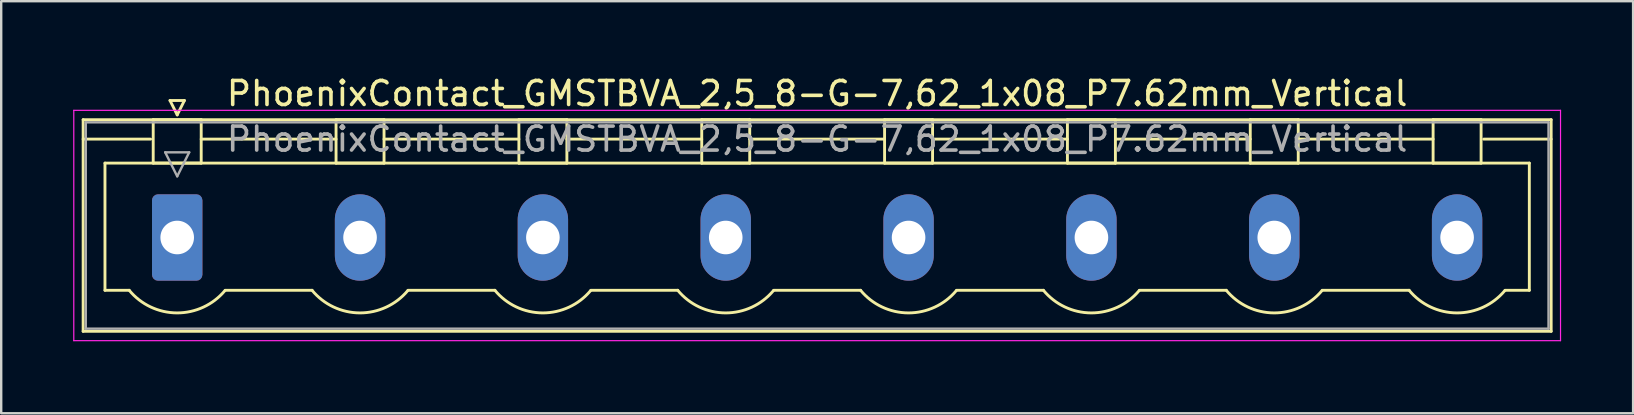
<source format=kicad_pcb>
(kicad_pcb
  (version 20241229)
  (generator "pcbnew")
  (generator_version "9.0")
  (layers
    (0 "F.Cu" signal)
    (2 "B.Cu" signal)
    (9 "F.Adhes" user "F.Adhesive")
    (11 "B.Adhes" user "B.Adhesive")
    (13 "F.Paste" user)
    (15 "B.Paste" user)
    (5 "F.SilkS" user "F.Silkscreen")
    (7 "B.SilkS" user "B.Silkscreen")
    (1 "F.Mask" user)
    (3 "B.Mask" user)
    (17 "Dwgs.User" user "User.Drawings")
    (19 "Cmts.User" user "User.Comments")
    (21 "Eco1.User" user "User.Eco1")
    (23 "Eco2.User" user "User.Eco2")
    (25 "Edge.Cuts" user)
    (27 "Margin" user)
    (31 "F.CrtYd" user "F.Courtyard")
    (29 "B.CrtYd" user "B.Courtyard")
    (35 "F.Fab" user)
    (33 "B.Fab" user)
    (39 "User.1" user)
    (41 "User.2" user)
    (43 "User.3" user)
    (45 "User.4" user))
  (footprint "PhoenixContact_GMSTBVA_2,5_8-G-7,62_1x08_P7.62mm_Vertical"
    (layer "F.Cu")
    (at 4.335 6.848)
    (property "Reference" "PhoenixContact_GMSTBVA_2,5_8-G-7,62_1x08_P7.62mm_Vertical" (at 26.67 -6 0) (layer "F.SilkS") (effects (font (size 1 1) (thickness 0.15))))
    (attr through_hole)
    (fp_line (start -3.92 -4.91) (end -3.92 3.91) (stroke (width 0.12) (type solid)) (layer "F.SilkS"))
    (fp_line (start -3.92 -4.1) (end -1.11 -4.1) (stroke (width 0.12) (type solid)) (layer "F.SilkS"))
    (fp_line (start -3.92 3.91) (end 57.26 3.91) (stroke (width 0.12) (type solid)) (layer "F.SilkS"))
    (fp_line (start -3.01 -3.1) (end 56.35 -3.1) (stroke (width 0.12) (type solid)) (layer "F.SilkS"))
    (fp_line (start -3.01 2.2) (end -3.01 -3.1) (stroke (width 0.12) (type solid)) (layer "F.SilkS"))
    (fp_line (start -2 2.2) (end -3.01 2.2) (stroke (width 0.12) (type solid)) (layer "F.SilkS"))
    (fp_line (start -1 -4.91) (end 1 -4.91) (stroke (width 0.12) (type solid)) (layer "F.SilkS"))
    (fp_line (start -1 -3.1) (end -1 -4.91) (stroke (width 0.12) (type solid)) (layer "F.SilkS"))
    (fp_line (start -0.3 -5.71) (end 0.3 -5.71) (stroke (width 0.12) (type solid)) (layer "F.SilkS"))
    (fp_line (start 0 -5.11) (end -0.3 -5.71) (stroke (width 0.12) (type solid)) (layer "F.SilkS"))
    (fp_line (start 0.3 -5.71) (end 0 -5.11) (stroke (width 0.12) (type solid)) (layer "F.SilkS"))
    (fp_line (start 1 -4.91) (end 1 -3.1) (stroke (width 0.12) (type solid)) (layer "F.SilkS"))
    (fp_line (start 1 -4.1) (end 6.62 -4.1) (stroke (width 0.12) (type solid)) (layer "F.SilkS"))
    (fp_line (start 1 -3.1) (end -1 -3.1) (stroke (width 0.12) (type solid)) (layer "F.SilkS"))
    (fp_line (start 2 2.2) (end 5.62 2.2) (stroke (width 0.12) (type solid)) (layer "F.SilkS"))
    (fp_line (start 6.62 -4.91) (end 8.62 -4.91) (stroke (width 0.12) (type solid)) (layer "F.SilkS"))
    (fp_line (start 6.62 -3.1) (end 6.62 -4.91) (stroke (width 0.12) (type solid)) (layer "F.SilkS"))
    (fp_line (start 8.62 -4.91) (end 8.62 -3.1) (stroke (width 0.12) (type solid)) (layer "F.SilkS"))
    (fp_line (start 8.62 -4.1) (end 14.24 -4.1) (stroke (width 0.12) (type solid)) (layer "F.SilkS"))
    (fp_line (start 8.62 -3.1) (end 6.62 -3.1) (stroke (width 0.12) (type solid)) (layer "F.SilkS"))
    (fp_line (start 9.62 2.2) (end 13.24 2.2) (stroke (width 0.12) (type solid)) (layer "F.SilkS"))
    (fp_line (start 14.24 -4.91) (end 16.24 -4.91) (stroke (width 0.12) (type solid)) (layer "F.SilkS"))
    (fp_line (start 14.24 -3.1) (end 14.24 -4.91) (stroke (width 0.12) (type solid)) (layer "F.SilkS"))
    (fp_line (start 16.24 -4.91) (end 16.24 -3.1) (stroke (width 0.12) (type solid)) (layer "F.SilkS"))
    (fp_line (start 16.24 -4.1) (end 21.86 -4.1) (stroke (width 0.12) (type solid)) (layer "F.SilkS"))
    (fp_line (start 16.24 -3.1) (end 14.24 -3.1) (stroke (width 0.12) (type solid)) (layer "F.SilkS"))
    (fp_line (start 17.24 2.2) (end 20.86 2.2) (stroke (width 0.12) (type solid)) (layer "F.SilkS"))
    (fp_line (start 21.86 -4.91) (end 23.86 -4.91) (stroke (width 0.12) (type solid)) (layer "F.SilkS"))
    (fp_line (start 21.86 -3.1) (end 21.86 -4.91) (stroke (width 0.12) (type solid)) (layer "F.SilkS"))
    (fp_line (start 23.86 -4.91) (end 23.86 -3.1) (stroke (width 0.12) (type solid)) (layer "F.SilkS"))
    (fp_line (start 23.86 -4.1) (end 29.48 -4.1) (stroke (width 0.12) (type solid)) (layer "F.SilkS"))
    (fp_line (start 23.86 -3.1) (end 21.86 -3.1) (stroke (width 0.12) (type solid)) (layer "F.SilkS"))
    (fp_line (start 24.86 2.2) (end 28.48 2.2) (stroke (width 0.12) (type solid)) (layer "F.SilkS"))
    (fp_line (start 29.48 -4.91) (end 31.48 -4.91) (stroke (width 0.12) (type solid)) (layer "F.SilkS"))
    (fp_line (start 29.48 -3.1) (end 29.48 -4.91) (stroke (width 0.12) (type solid)) (layer "F.SilkS"))
    (fp_line (start 31.48 -4.91) (end 31.48 -3.1) (stroke (width 0.12) (type solid)) (layer "F.SilkS"))
    (fp_line (start 31.48 -4.1) (end 37.1 -4.1) (stroke (width 0.12) (type solid)) (layer "F.SilkS"))
    (fp_line (start 31.48 -3.1) (end 29.48 -3.1) (stroke (width 0.12) (type solid)) (layer "F.SilkS"))
    (fp_line (start 32.48 2.2) (end 36.1 2.2) (stroke (width 0.12) (type solid)) (layer "F.SilkS"))
    (fp_line (start 37.1 -4.91) (end 39.1 -4.91) (stroke (width 0.12) (type solid)) (layer "F.SilkS"))
    (fp_line (start 37.1 -3.1) (end 37.1 -4.91) (stroke (width 0.12) (type solid)) (layer "F.SilkS"))
    (fp_line (start 39.1 -4.91) (end 39.1 -3.1) (stroke (width 0.12) (type solid)) (layer "F.SilkS"))
    (fp_line (start 39.1 -4.1) (end 44.72 -4.1) (stroke (width 0.12) (type solid)) (layer "F.SilkS"))
    (fp_line (start 39.1 -3.1) (end 37.1 -3.1) (stroke (width 0.12) (type solid)) (layer "F.SilkS"))
    (fp_line (start 40.1 2.2) (end 43.72 2.2) (stroke (width 0.12) (type solid)) (layer "F.SilkS"))
    (fp_line (start 44.72 -4.91) (end 46.72 -4.91) (stroke (width 0.12) (type solid)) (layer "F.SilkS"))
    (fp_line (start 44.72 -3.1) (end 44.72 -4.91) (stroke (width 0.12) (type solid)) (layer "F.SilkS"))
    (fp_line (start 46.72 -4.91) (end 46.72 -3.1) (stroke (width 0.12) (type solid)) (layer "F.SilkS"))
    (fp_line (start 46.72 -4.1) (end 52.34 -4.1) (stroke (width 0.12) (type solid)) (layer "F.SilkS"))
    (fp_line (start 46.72 -3.1) (end 44.72 -3.1) (stroke (width 0.12) (type solid)) (layer "F.SilkS"))
    (fp_line (start 47.72 2.2) (end 51.34 2.2) (stroke (width 0.12) (type solid)) (layer "F.SilkS"))
    (fp_line (start 52.34 -4.91) (end 54.34 -4.91) (stroke (width 0.12) (type solid)) (layer "F.SilkS"))
    (fp_line (start 52.34 -3.1) (end 52.34 -4.91) (stroke (width 0.12) (type solid)) (layer "F.SilkS"))
    (fp_line (start 54.34 -4.91) (end 54.34 -3.1) (stroke (width 0.12) (type solid)) (layer "F.SilkS"))
    (fp_line (start 54.34 -3.1) (end 52.34 -3.1) (stroke (width 0.12) (type solid)) (layer "F.SilkS"))
    (fp_line (start 56.35 -3.1) (end 56.35 2.2) (stroke (width 0.12) (type solid)) (layer "F.SilkS"))
    (fp_line (start 56.35 2.2) (end 55.34 2.2) (stroke (width 0.12) (type solid)) (layer "F.SilkS"))
    (fp_line (start 57.26 -4.91) (end -3.92 -4.91) (stroke (width 0.12) (type solid)) (layer "F.SilkS"))
    (fp_line (start 57.26 -4.1) (end 54.45 -4.1) (stroke (width 0.12) (type solid)) (layer "F.SilkS"))
    (fp_line (start 57.26 3.91) (end 57.26 -4.91) (stroke (width 0.12) (type solid)) (layer "F.SilkS"))
    (fp_arc (start 1.986842 2.215821) (mid -0.010289 3.142758) (end -2 2.2) (stroke (width 0.12) (type solid)) (layer "F.SilkS"))
    (fp_arc (start 9.606842 2.215821) (mid 7.609711 3.142758) (end 5.62 2.2) (stroke (width 0.12) (type solid)) (layer "F.SilkS"))
    (fp_arc (start 17.226842 2.215821) (mid 15.229711 3.142758) (end 13.24 2.2) (stroke (width 0.12) (type solid)) (layer "F.SilkS"))
    (fp_arc (start 24.846842 2.215821) (mid 22.849711 3.142758) (end 20.86 2.2) (stroke (width 0.12) (type solid)) (layer "F.SilkS"))
    (fp_arc (start 32.466842 2.215821) (mid 30.469711 3.142758) (end 28.48 2.2) (stroke (width 0.12) (type solid)) (layer "F.SilkS"))
    (fp_arc (start 40.086842 2.215821) (mid 38.089711 3.142758) (end 36.1 2.2) (stroke (width 0.12) (type solid)) (layer "F.SilkS"))
    (fp_arc (start 47.706842 2.215821) (mid 45.709711 3.142758) (end 43.72 2.2) (stroke (width 0.12) (type solid)) (layer "F.SilkS"))
    (fp_arc (start 55.326842 2.215821) (mid 53.329711 3.142758) (end 51.34 2.2) (stroke (width 0.12) (type solid)) (layer "F.SilkS"))
    (fp_line (start -4.31 -5.3) (end -4.31 4.3) (stroke (width 0.05) (type solid)) (layer "F.CrtYd"))
    (fp_line (start -4.31 4.3) (end 57.65 4.3) (stroke (width 0.05) (type solid)) (layer "F.CrtYd"))
    (fp_line (start 57.65 -5.3) (end -4.31 -5.3) (stroke (width 0.05) (type solid)) (layer "F.CrtYd"))
    (fp_line (start 57.65 4.3) (end 57.65 -5.3) (stroke (width 0.05) (type solid)) (layer "F.CrtYd"))
    (fp_line (start -3.81 -4.8) (end -3.81 3.8) (stroke (width 0.1) (type solid)) (layer "F.Fab"))
    (fp_line (start -3.81 3.8) (end 57.15 3.8) (stroke (width 0.1) (type solid)) (layer "F.Fab"))
    (fp_line (start -0.5 -3.55) (end 0.5 -3.55) (stroke (width 0.1) (type solid)) (layer "F.Fab"))
    (fp_line (start 0 -2.55) (end -0.5 -3.55) (stroke (width 0.1) (type solid)) (layer "F.Fab"))
    (fp_line (start 0.5 -3.55) (end 0 -2.55) (stroke (width 0.1) (type solid)) (layer "F.Fab"))
    (fp_line (start 57.15 -4.8) (end -3.81 -4.8) (stroke (width 0.1) (type solid)) (layer "F.Fab"))
    (fp_line (start 57.15 3.8) (end 57.15 -4.8) (stroke (width 0.1) (type solid)) (layer "F.Fab"))
    (fp_text user "${REFERENCE}" (at 26.67 -4.1 0) (layer "F.Fab") (effects (font (size 1 1) (thickness 0.15))))
    (pad "1" thru_hole roundrect (at 0 0) (size 2.1 3.6) (drill 1.4) (layers "*.Cu" "*.Mask") (roundrect_rratio 0.119))
    (pad "2" thru_hole oval (at 7.62 0) (size 2.1 3.6) (drill 1.4) (layers "*.Cu" "*.Mask"))
    (pad "3" thru_hole oval (at 15.24 0) (size 2.1 3.6) (drill 1.4) (layers "*.Cu" "*.Mask"))
    (pad "4" thru_hole oval (at 22.86 0) (size 2.1 3.6) (drill 1.4) (layers "*.Cu" "*.Mask"))
    (pad "5" thru_hole oval (at 30.48 0) (size 2.1 3.6) (drill 1.4) (layers "*.Cu" "*.Mask"))
    (pad "6" thru_hole oval (at 38.1 0) (size 2.1 3.6) (drill 1.4) (layers "*.Cu" "*.Mask"))
    (pad "7" thru_hole oval (at 45.72 0) (size 2.1 3.6) (drill 1.4) (layers "*.Cu" "*.Mask"))
    (pad "8" thru_hole oval (at 53.34 0) (size 2.1 3.6) (drill 1.4) (layers "*.Cu" "*.Mask")))
  (gr_rect
    (start -3 -3)
    (end 65.01 14.173)
    (stroke (width 0.1) (type default))
    (fill no)
    (layer "Edge.Cuts")))
</source>
